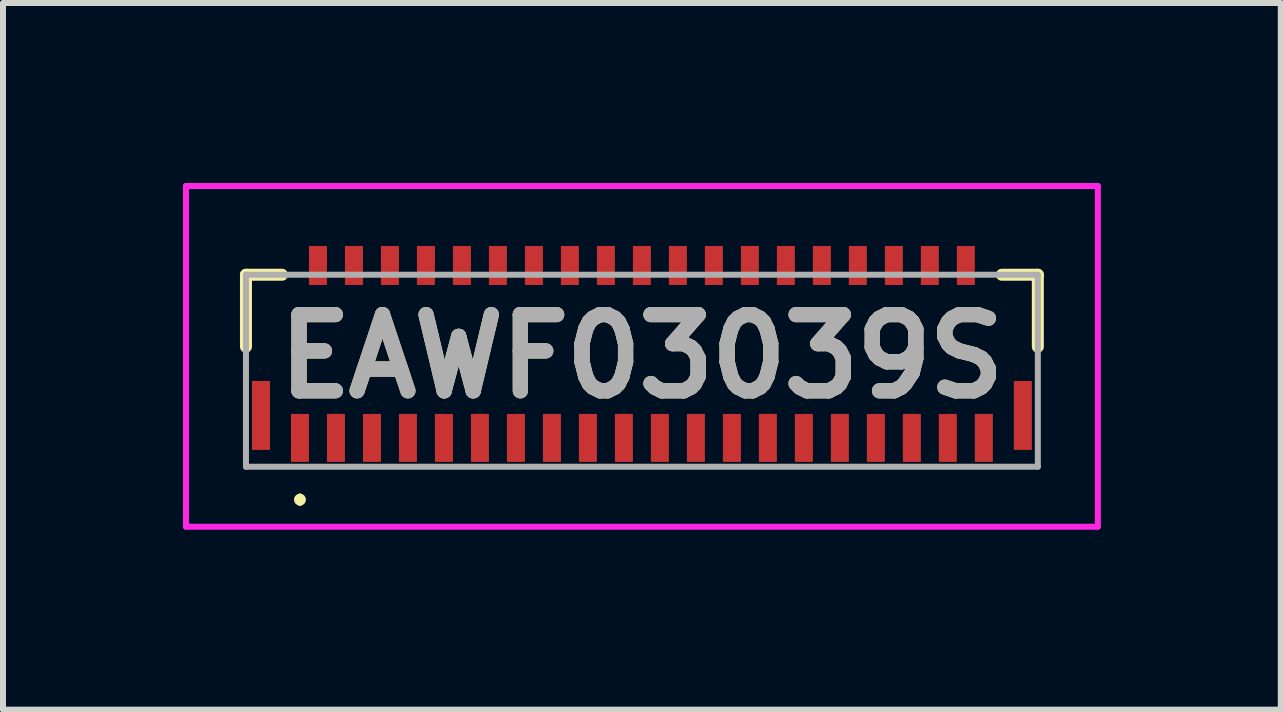
<source format=kicad_pcb>
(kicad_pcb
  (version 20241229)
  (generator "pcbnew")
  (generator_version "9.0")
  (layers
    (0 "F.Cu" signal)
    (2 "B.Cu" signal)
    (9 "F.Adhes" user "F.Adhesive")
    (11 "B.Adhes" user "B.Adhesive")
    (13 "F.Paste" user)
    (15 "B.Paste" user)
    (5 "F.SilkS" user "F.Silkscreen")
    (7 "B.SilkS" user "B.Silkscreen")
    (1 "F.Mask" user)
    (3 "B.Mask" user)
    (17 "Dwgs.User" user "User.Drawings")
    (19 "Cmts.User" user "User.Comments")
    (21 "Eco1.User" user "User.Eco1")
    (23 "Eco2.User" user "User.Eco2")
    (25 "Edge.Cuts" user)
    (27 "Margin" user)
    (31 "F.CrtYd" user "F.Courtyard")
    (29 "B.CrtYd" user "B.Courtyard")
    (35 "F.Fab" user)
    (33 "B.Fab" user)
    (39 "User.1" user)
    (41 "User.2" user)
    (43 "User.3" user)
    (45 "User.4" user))
  (footprint "EAWF03039S"
    (layer "F.Cu")
    (at 7.65 3.13)
    (property "Reference" "EAWF03039S" (at 0 -0.24 0) (layer "F.SilkS") (effects (font (size 1.27 1.27) (thickness 0.254))))
    (attr smd)
    (fp_line (start -6.6 -1.6) (end -6 -1.6) (stroke (width 0.2) (type solid)) (layer "F.SilkS"))
    (fp_line (start -6.6 -0.4) (end -6.6 -1.6) (stroke (width 0.2) (type solid)) (layer "F.SilkS"))
    (fp_line (start -5.7 2.099) (end -5.7 2.099) (stroke (width 0.1) (type solid)) (layer "F.SilkS"))
    (fp_line (start -5.7 2.199) (end -5.7 2.199) (stroke (width 0.1) (type solid)) (layer "F.SilkS"))
    (fp_line (start 6 -1.6) (end 6.6 -1.6) (stroke (width 0.2) (type solid)) (layer "F.SilkS"))
    (fp_line (start 6.6 -1.6) (end 6.6 -0.4) (stroke (width 0.2) (type solid)) (layer "F.SilkS"))
    (fp_arc (start -5.7 2.099) (mid -5.65 2.149) (end -5.7 2.199) (stroke (width 0.1) (type solid)) (layer "F.SilkS"))
    (fp_arc (start -5.7 2.199) (mid -5.75 2.149) (end -5.7 2.099) (stroke (width 0.1) (type solid)) (layer "F.SilkS"))
    (fp_line (start -7.6 -3.08) (end 7.6 -3.08) (stroke (width 0.1) (type solid)) (layer "F.CrtYd"))
    (fp_line (start -7.6 2.6) (end -7.6 -3.08) (stroke (width 0.1) (type solid)) (layer "F.CrtYd"))
    (fp_line (start 7.6 -3.08) (end 7.6 2.6) (stroke (width 0.1) (type solid)) (layer "F.CrtYd"))
    (fp_line (start 7.6 2.6) (end -7.6 2.6) (stroke (width 0.1) (type solid)) (layer "F.CrtYd"))
    (fp_line (start -6.6 -1.6) (end -6.6 1.6) (stroke (width 0.1) (type solid)) (layer "F.Fab"))
    (fp_line (start -6.6 1.6) (end 6.6 1.6) (stroke (width 0.1) (type solid)) (layer "F.Fab"))
    (fp_line (start 6.6 -1.6) (end -6.6 -1.6) (stroke (width 0.1) (type solid)) (layer "F.Fab"))
    (fp_line (start 6.6 1.6) (end 6.6 -1.6) (stroke (width 0.1) (type solid)) (layer "F.Fab"))
    (fp_text user "${REFERENCE}" (at 0 -0.24 0) (layer "F.Fab") (effects (font (size 1.27 1.27) (thickness 0.254))))
    (pad "1" smd rect (at -5.7 1.12) (size 0.3 0.8) (layers "F.Cu" "F.Mask" "F.Paste"))
    (pad "2" smd rect (at -5.4 -1.755) (size 0.3 0.65) (layers "F.Cu" "F.Mask" "F.Paste"))
    (pad "3" smd rect (at -5.1 1.12) (size 0.3 0.8) (layers "F.Cu" "F.Mask" "F.Paste"))
    (pad "4" smd rect (at -4.8 -1.755) (size 0.3 0.65) (layers "F.Cu" "F.Mask" "F.Paste"))
    (pad "5" smd rect (at -4.5 1.12) (size 0.3 0.8) (layers "F.Cu" "F.Mask" "F.Paste"))
    (pad "6" smd rect (at -4.2 -1.755) (size 0.3 0.65) (layers "F.Cu" "F.Mask" "F.Paste"))
    (pad "7" smd rect (at -3.9 1.12) (size 0.3 0.8) (layers "F.Cu" "F.Mask" "F.Paste"))
    (pad "8" smd rect (at -3.6 -1.755) (size 0.3 0.65) (layers "F.Cu" "F.Mask" "F.Paste"))
    (pad "9" smd rect (at -3.3 1.12) (size 0.3 0.8) (layers "F.Cu" "F.Mask" "F.Paste"))
    (pad "10" smd rect (at -3 -1.755) (size 0.3 0.65) (layers "F.Cu" "F.Mask" "F.Paste"))
    (pad "11" smd rect (at -2.7 1.12) (size 0.3 0.8) (layers "F.Cu" "F.Mask" "F.Paste"))
    (pad "12" smd rect (at -2.4 -1.755) (size 0.3 0.65) (layers "F.Cu" "F.Mask" "F.Paste"))
    (pad "13" smd rect (at -2.1 1.12) (size 0.3 0.8) (layers "F.Cu" "F.Mask" "F.Paste"))
    (pad "14" smd rect (at -1.8 -1.755) (size 0.3 0.65) (layers "F.Cu" "F.Mask" "F.Paste"))
    (pad "15" smd rect (at -1.5 1.12) (size 0.3 0.8) (layers "F.Cu" "F.Mask" "F.Paste"))
    (pad "16" smd rect (at -1.2 -1.755) (size 0.3 0.65) (layers "F.Cu" "F.Mask" "F.Paste"))
    (pad "17" smd rect (at -0.9 1.12) (size 0.3 0.8) (layers "F.Cu" "F.Mask" "F.Paste"))
    (pad "18" smd rect (at -0.6 -1.755) (size 0.3 0.65) (layers "F.Cu" "F.Mask" "F.Paste"))
    (pad "19" smd rect (at -0.3 1.12) (size 0.3 0.8) (layers "F.Cu" "F.Mask" "F.Paste"))
    (pad "20" smd rect (at 0 -1.755) (size 0.3 0.65) (layers "F.Cu" "F.Mask" "F.Paste"))
    (pad "21" smd rect (at 0.3 1.12) (size 0.3 0.8) (layers "F.Cu" "F.Mask" "F.Paste"))
    (pad "22" smd rect (at 0.6 -1.755) (size 0.3 0.65) (layers "F.Cu" "F.Mask" "F.Paste"))
    (pad "23" smd rect (at 0.9 1.12) (size 0.3 0.8) (layers "F.Cu" "F.Mask" "F.Paste"))
    (pad "24" smd rect (at 1.2 -1.755) (size 0.3 0.65) (layers "F.Cu" "F.Mask" "F.Paste"))
    (pad "25" smd rect (at 1.5 1.12) (size 0.3 0.8) (layers "F.Cu" "F.Mask" "F.Paste"))
    (pad "26" smd rect (at 1.8 -1.755) (size 0.3 0.65) (layers "F.Cu" "F.Mask" "F.Paste"))
    (pad "27" smd rect (at 2.1 1.12) (size 0.3 0.8) (layers "F.Cu" "F.Mask" "F.Paste"))
    (pad "28" smd rect (at 2.4 -1.755) (size 0.3 0.65) (layers "F.Cu" "F.Mask" "F.Paste"))
    (pad "29" smd rect (at 2.7 1.12) (size 0.3 0.8) (layers "F.Cu" "F.Mask" "F.Paste"))
    (pad "30" smd rect (at 3 -1.755) (size 0.3 0.65) (layers "F.Cu" "F.Mask" "F.Paste"))
    (pad "31" smd rect (at 3.3 1.12) (size 0.3 0.8) (layers "F.Cu" "F.Mask" "F.Paste"))
    (pad "32" smd rect (at 3.6 -1.755) (size 0.3 0.65) (layers "F.Cu" "F.Mask" "F.Paste"))
    (pad "33" smd rect (at 3.9 1.12) (size 0.3 0.8) (layers "F.Cu" "F.Mask" "F.Paste"))
    (pad "34" smd rect (at 4.2 -1.755) (size 0.3 0.65) (layers "F.Cu" "F.Mask" "F.Paste"))
    (pad "35" smd rect (at 4.5 1.12) (size 0.3 0.8) (layers "F.Cu" "F.Mask" "F.Paste"))
    (pad "36" smd rect (at 4.8 -1.755) (size 0.3 0.65) (layers "F.Cu" "F.Mask" "F.Paste"))
    (pad "37" smd rect (at 5.1 1.12) (size 0.3 0.8) (layers "F.Cu" "F.Mask" "F.Paste"))
    (pad "38" smd rect (at 5.4 -1.755) (size 0.3 0.65) (layers "F.Cu" "F.Mask" "F.Paste"))
    (pad "39" smd rect (at 5.7 1.12) (size 0.3 0.8) (layers "F.Cu" "F.Mask" "F.Paste"))
    (pad "MP1" smd rect (at -6.35 0.745) (size 0.3 1.15) (layers "F.Cu" "F.Mask" "F.Paste"))
    (pad "MP2" smd rect (at 6.35 0.745) (size 0.3 1.15) (layers "F.Cu" "F.Mask" "F.Paste")))
  (gr_rect
    (start -3 -3)
    (end 18.3 8.78)
    (stroke (width 0.1) (type default))
    (fill no)
    (layer "Edge.Cuts")))
</source>
